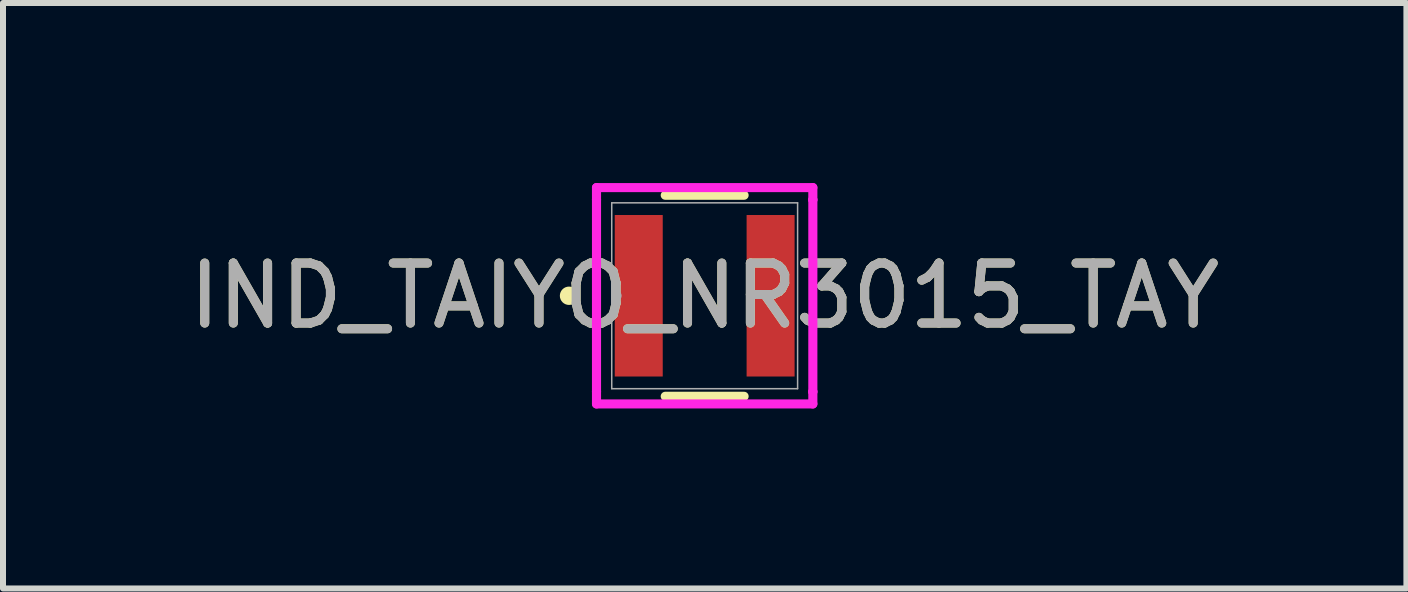
<source format=kicad_pcb>
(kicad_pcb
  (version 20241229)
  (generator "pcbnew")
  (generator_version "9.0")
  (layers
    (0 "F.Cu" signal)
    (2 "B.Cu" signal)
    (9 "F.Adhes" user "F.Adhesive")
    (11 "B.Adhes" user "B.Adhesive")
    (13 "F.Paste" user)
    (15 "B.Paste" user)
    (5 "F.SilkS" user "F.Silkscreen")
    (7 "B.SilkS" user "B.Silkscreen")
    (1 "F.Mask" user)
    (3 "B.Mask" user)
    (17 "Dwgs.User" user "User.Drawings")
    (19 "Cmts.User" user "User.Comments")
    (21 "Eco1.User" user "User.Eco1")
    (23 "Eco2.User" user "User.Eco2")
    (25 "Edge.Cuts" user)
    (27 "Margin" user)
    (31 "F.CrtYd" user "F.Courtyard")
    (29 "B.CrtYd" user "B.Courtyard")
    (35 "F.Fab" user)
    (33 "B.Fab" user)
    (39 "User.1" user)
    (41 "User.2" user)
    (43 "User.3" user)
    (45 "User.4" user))
  (footprint "IND_TAIYO_NR3015_TAY"
    (layer "F.Cu")
    (at 8.696 1.88)
    (property "Reference" "IND_TAIYO_NR3015_TAY" (at 0 0 0) (unlocked yes) (layer "F.SilkS") (effects (font (size 1 1) (thickness 0.15))))
    (attr smd)
    (fp_line (start -0.657 1.676) (end 0.657 1.676) (stroke (width 0.152) (type solid)) (layer "F.SilkS"))
    (fp_line (start 0.657 -1.676) (end -0.657 -1.676) (stroke (width 0.152) (type solid)) (layer "F.SilkS"))
    (fp_circle (center -2.261 0) (end -2.184 0) (stroke (width 0.152) (type solid)) (fill no) (layer "F.SilkS"))
    (fp_line (start -1.803 -1.803) (end 1.803 -1.803) (stroke (width 0.152) (type solid)) (layer "F.CrtYd"))
    (fp_line (start -1.803 -1.6) (end -1.803 -1.803) (stroke (width 0.152) (type solid)) (layer "F.CrtYd"))
    (fp_line (start -1.803 -1.6) (end -1.803 -1.6) (stroke (width 0.152) (type solid)) (layer "F.CrtYd"))
    (fp_line (start -1.803 1.6) (end -1.803 -1.6) (stroke (width 0.152) (type solid)) (layer "F.CrtYd"))
    (fp_line (start -1.803 1.6) (end -1.803 1.6) (stroke (width 0.152) (type solid)) (layer "F.CrtYd"))
    (fp_line (start -1.803 1.803) (end -1.803 1.6) (stroke (width 0.152) (type solid)) (layer "F.CrtYd"))
    (fp_line (start 1.803 -1.803) (end 1.803 -1.6) (stroke (width 0.152) (type solid)) (layer "F.CrtYd"))
    (fp_line (start 1.803 -1.6) (end 1.803 -1.6) (stroke (width 0.152) (type solid)) (layer "F.CrtYd"))
    (fp_line (start 1.803 -1.6) (end 1.803 1.6) (stroke (width 0.152) (type solid)) (layer "F.CrtYd"))
    (fp_line (start 1.803 1.6) (end 1.803 1.6) (stroke (width 0.152) (type solid)) (layer "F.CrtYd"))
    (fp_line (start 1.803 1.6) (end 1.803 1.803) (stroke (width 0.152) (type solid)) (layer "F.CrtYd"))
    (fp_line (start 1.803 1.803) (end -1.803 1.803) (stroke (width 0.152) (type solid)) (layer "F.CrtYd"))
    (fp_line (start -1.549 -1.549) (end -1.549 1.549) (stroke (width 0.025) (type solid)) (layer "F.Fab"))
    (fp_line (start -1.549 1.549) (end 1.549 1.549) (stroke (width 0.025) (type solid)) (layer "F.Fab"))
    (fp_line (start 1.549 -1.549) (end -1.549 -1.549) (stroke (width 0.025) (type solid)) (layer "F.Fab"))
    (fp_line (start 1.549 1.549) (end 1.549 -1.549) (stroke (width 0.025) (type solid)) (layer "F.Fab"))
    (fp_circle (center -1.473 0) (end -1.397 0) (stroke (width 0.025) (type solid)) (fill no) (layer "F.Fab"))
    (fp_text user "${REFERENCE}" (at 0 0 0) (unlocked yes) (layer "F.Fab") (effects (font (size 1 1) (thickness 0.15))))
    (pad "1" smd rect (at -1.099 0) (size 0.8 2.692) (layers "F.Cu" "F.Mask" "F.Paste"))
    (pad "2" smd rect (at 1.099 0) (size 0.8 2.692) (layers "F.Cu" "F.Mask" "F.Paste"))
    (zone (net_name "") (layer "F.Cu") (hatch full 0.508) (connect_pads) (min_thickness 0.254) (filled_areas_thickness no) (keepout (tracks not_allowed) (vias not_allowed) (pads allowed) (copperpour not_allowed) (footprints allowed)) (placement (enabled no)) (fill) (polygon (pts (xy 8.049 0.381) (xy 9.344 0.381) (xy 9.344 3.378) (xy 8.049 3.378)))))
  (gr_rect
    (start -3 -3)
    (end 20.393 6.759)
    (stroke (width 0.1) (type default))
    (fill no)
    (layer "Edge.Cuts")))
</source>
